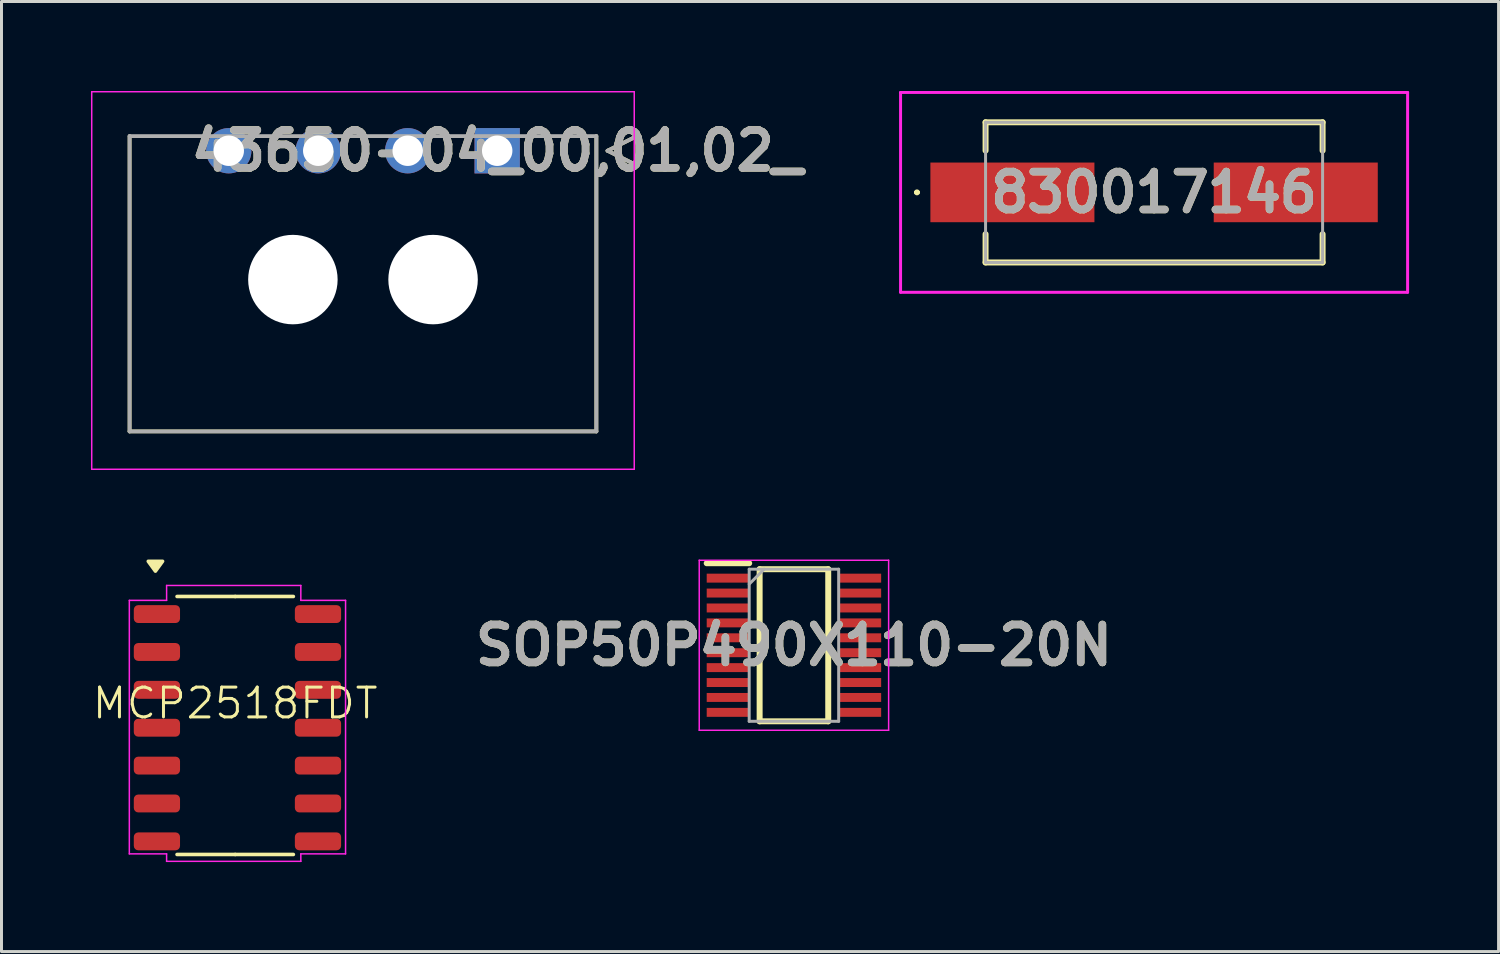
<source format=kicad_pcb>
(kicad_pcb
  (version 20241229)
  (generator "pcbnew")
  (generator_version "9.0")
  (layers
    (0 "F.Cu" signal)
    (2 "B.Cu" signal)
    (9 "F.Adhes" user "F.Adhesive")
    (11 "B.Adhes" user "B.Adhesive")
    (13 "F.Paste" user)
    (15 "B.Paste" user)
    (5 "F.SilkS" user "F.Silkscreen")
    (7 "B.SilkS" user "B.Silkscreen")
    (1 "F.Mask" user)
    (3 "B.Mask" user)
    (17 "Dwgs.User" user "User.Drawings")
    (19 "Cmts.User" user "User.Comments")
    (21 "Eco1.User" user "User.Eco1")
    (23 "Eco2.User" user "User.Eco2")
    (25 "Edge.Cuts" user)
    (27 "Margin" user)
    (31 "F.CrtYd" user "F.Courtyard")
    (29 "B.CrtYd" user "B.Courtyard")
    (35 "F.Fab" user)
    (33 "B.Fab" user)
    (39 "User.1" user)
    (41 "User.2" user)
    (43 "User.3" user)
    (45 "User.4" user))
  (footprint "SOP50P490X110-20N"
    (layer "F.Cu")
    (at 23.569 18.584)
    (property "Reference" "SOP50P490X110-20N" (at 0 0 0) (layer "F.SilkS") (effects (font (size 1.27 1.27) (thickness 0.254))))
    (attr smd)
    (fp_line (start -2.925 -2.75) (end -1.5 -2.75) (stroke (width 0.2) (type solid)) (layer "F.SilkS"))
    (fp_line (start -1.15 -2.55) (end 1.15 -2.55) (stroke (width 0.2) (type solid)) (layer "F.SilkS"))
    (fp_line (start -1.15 2.55) (end -1.15 -2.55) (stroke (width 0.2) (type solid)) (layer "F.SilkS"))
    (fp_line (start 1.15 -2.55) (end 1.15 2.55) (stroke (width 0.2) (type solid)) (layer "F.SilkS"))
    (fp_line (start 1.15 2.55) (end -1.15 2.55) (stroke (width 0.2) (type solid)) (layer "F.SilkS"))
    (fp_line (start -3.175 -2.85) (end 3.175 -2.85) (stroke (width 0.05) (type solid)) (layer "F.CrtYd"))
    (fp_line (start -3.175 2.85) (end -3.175 -2.85) (stroke (width 0.05) (type solid)) (layer "F.CrtYd"))
    (fp_line (start 3.175 -2.85) (end 3.175 2.85) (stroke (width 0.05) (type solid)) (layer "F.CrtYd"))
    (fp_line (start 3.175 2.85) (end -3.175 2.85) (stroke (width 0.05) (type solid)) (layer "F.CrtYd"))
    (fp_line (start -1.5 -2.55) (end 1.5 -2.55) (stroke (width 0.1) (type solid)) (layer "F.Fab"))
    (fp_line (start -1.5 -2.05) (end -1 -2.55) (stroke (width 0.1) (type solid)) (layer "F.Fab"))
    (fp_line (start -1.5 2.55) (end -1.5 -2.55) (stroke (width 0.1) (type solid)) (layer "F.Fab"))
    (fp_line (start 1.5 -2.55) (end 1.5 2.55) (stroke (width 0.1) (type solid)) (layer "F.Fab"))
    (fp_line (start 1.5 2.55) (end -1.5 2.55) (stroke (width 0.1) (type solid)) (layer "F.Fab"))
    (fp_text user "${REFERENCE}" (at 0 0 0) (layer "F.Fab") (effects (font (size 1.27 1.27) (thickness 0.254))))
    (pad "1" smd rect (at -2.212 -2.25 90) (size 0.3 1.425) (layers "F.Cu" "F.Mask" "F.Paste"))
    (pad "2" smd rect (at -2.212 -1.75 90) (size 0.3 1.425) (layers "F.Cu" "F.Mask" "F.Paste"))
    (pad "3" smd rect (at -2.212 -1.25 90) (size 0.3 1.425) (layers "F.Cu" "F.Mask" "F.Paste"))
    (pad "4" smd rect (at -2.212 -0.75 90) (size 0.3 1.425) (layers "F.Cu" "F.Mask" "F.Paste"))
    (pad "5" smd rect (at -2.212 -0.25 90) (size 0.3 1.425) (layers "F.Cu" "F.Mask" "F.Paste"))
    (pad "6" smd rect (at -2.212 0.25 90) (size 0.3 1.425) (layers "F.Cu" "F.Mask" "F.Paste"))
    (pad "7" smd rect (at -2.212 0.75 90) (size 0.3 1.425) (layers "F.Cu" "F.Mask" "F.Paste"))
    (pad "8" smd rect (at -2.212 1.25 90) (size 0.3 1.425) (layers "F.Cu" "F.Mask" "F.Paste"))
    (pad "9" smd rect (at -2.212 1.75 90) (size 0.3 1.425) (layers "F.Cu" "F.Mask" "F.Paste"))
    (pad "10" smd rect (at -2.212 2.25 90) (size 0.3 1.425) (layers "F.Cu" "F.Mask" "F.Paste"))
    (pad "11" smd rect (at 2.212 2.25 90) (size 0.3 1.425) (layers "F.Cu" "F.Mask" "F.Paste"))
    (pad "12" smd rect (at 2.212 1.75 90) (size 0.3 1.425) (layers "F.Cu" "F.Mask" "F.Paste"))
    (pad "13" smd rect (at 2.212 1.25 90) (size 0.3 1.425) (layers "F.Cu" "F.Mask" "F.Paste"))
    (pad "14" smd rect (at 2.212 0.75 90) (size 0.3 1.425) (layers "F.Cu" "F.Mask" "F.Paste"))
    (pad "15" smd rect (at 2.212 0.25 90) (size 0.3 1.425) (layers "F.Cu" "F.Mask" "F.Paste"))
    (pad "16" smd rect (at 2.212 -0.25 90) (size 0.3 1.425) (layers "F.Cu" "F.Mask" "F.Paste"))
    (pad "17" smd rect (at 2.212 -0.75 90) (size 0.3 1.425) (layers "F.Cu" "F.Mask" "F.Paste"))
    (pad "18" smd rect (at 2.212 -1.25 90) (size 0.3 1.425) (layers "F.Cu" "F.Mask" "F.Paste"))
    (pad "19" smd rect (at 2.212 -1.75 90) (size 0.3 1.425) (layers "F.Cu" "F.Mask" "F.Paste"))
    (pad "20" smd rect (at 2.212 -2.25 90) (size 0.3 1.425) (layers "F.Cu" "F.Mask" "F.Paste")))
  (footprint "MCP2518FDT"
    (layer "F.Cu")
    (at 4.786 21.329)
    (property "Reference" "MCP2518FDT" (at 0.05 -0.8 0) (unlocked yes) (layer "F.SilkS") (effects (font (size 1 1) (thickness 0.1))))
    (attr smd)
    (fp_line (start 0.05 -4.38) (end -1.9 -4.38) (stroke (width 0.12) (type solid)) (layer "F.SilkS"))
    (fp_line (start 0.05 -4.38) (end 2 -4.38) (stroke (width 0.12) (type solid)) (layer "F.SilkS"))
    (fp_line (start 0.05 4.27) (end -1.9 4.27) (stroke (width 0.12) (type solid)) (layer "F.SilkS"))
    (fp_line (start 0.05 4.27) (end 2 4.27) (stroke (width 0.12) (type solid)) (layer "F.SilkS"))
    (fp_poly (pts (xy -2.625 -5.23) (xy -2.865 -5.56) (xy -2.385 -5.56)) (stroke (width 0.12) (type solid)) (fill yes) (layer "F.SilkS"))
    (fp_line (start -3.5 -4.25) (end -2.25 -4.25) (stroke (width 0.05) (type default)) (layer "F.CrtYd"))
    (fp_line (start -3.5 4.25) (end -3.5 -4.25) (stroke (width 0.05) (type default)) (layer "F.CrtYd"))
    (fp_line (start -2.25 -4.75) (end 2.25 -4.75) (stroke (width 0.05) (type default)) (layer "F.CrtYd"))
    (fp_line (start -2.25 -4.25) (end -2.25 -4.75) (stroke (width 0.05) (type default)) (layer "F.CrtYd"))
    (fp_line (start -2.25 4.25) (end -3.5 4.25) (stroke (width 0.05) (type default)) (layer "F.CrtYd"))
    (fp_line (start -2.25 4.5) (end -2.25 4.25) (stroke (width 0.05) (type default)) (layer "F.CrtYd"))
    (fp_line (start 2.25 -4.75) (end 2.25 -4.25) (stroke (width 0.05) (type default)) (layer "F.CrtYd"))
    (fp_line (start 2.25 -4.25) (end 3.75 -4.25) (stroke (width 0.05) (type default)) (layer "F.CrtYd"))
    (fp_line (start 2.25 4.25) (end 2.25 4.5) (stroke (width 0.05) (type default)) (layer "F.CrtYd"))
    (fp_line (start 2.25 4.5) (end -2.25 4.5) (stroke (width 0.05) (type default)) (layer "F.CrtYd"))
    (fp_line (start 3.75 -4.25) (end 3.75 4.25) (stroke (width 0.05) (type default)) (layer "F.CrtYd"))
    (fp_line (start 3.75 4.25) (end 2.25 4.25) (stroke (width 0.05) (type default)) (layer "F.CrtYd"))
    (pad "1" smd roundrect (at -2.575 -3.79) (size 1.55 0.6) (layers "F.Cu" "F.Mask" "F.Paste") (roundrect_rratio 0.25))
    (pad "2" smd roundrect (at -2.575 -2.52) (size 1.55 0.6) (layers "F.Cu" "F.Mask" "F.Paste") (roundrect_rratio 0.25))
    (pad "3" smd roundrect (at -2.575 -1.25) (size 1.55 0.6) (layers "F.Cu" "F.Mask" "F.Paste") (roundrect_rratio 0.25))
    (pad "4" smd roundrect (at -2.575 0.02) (size 1.55 0.6) (layers "F.Cu" "F.Mask" "F.Paste") (roundrect_rratio 0.25))
    (pad "5" smd roundrect (at -2.575 1.29) (size 1.55 0.6) (layers "F.Cu" "F.Mask" "F.Paste") (roundrect_rratio 0.25))
    (pad "6" smd roundrect (at -2.575 2.56) (size 1.55 0.6) (layers "F.Cu" "F.Mask" "F.Paste") (roundrect_rratio 0.25))
    (pad "7" smd roundrect (at -2.575 3.83) (size 1.55 0.6) (layers "F.Cu" "F.Mask" "F.Paste") (roundrect_rratio 0.25))
    (pad "8" smd roundrect (at 2.825 3.83) (size 1.55 0.6) (layers "F.Cu" "F.Mask" "F.Paste") (roundrect_rratio 0.25))
    (pad "9" smd roundrect (at 2.825 2.56) (size 1.55 0.6) (layers "F.Cu" "F.Mask" "F.Paste") (roundrect_rratio 0.25))
    (pad "10" smd roundrect (at 2.825 1.29) (size 1.55 0.6) (layers "F.Cu" "F.Mask" "F.Paste") (roundrect_rratio 0.25))
    (pad "11" smd roundrect (at 2.825 0.02) (size 1.55 0.6) (layers "F.Cu" "F.Mask" "F.Paste") (roundrect_rratio 0.25))
    (pad "12" smd roundrect (at 2.825 -1.25) (size 1.55 0.6) (layers "F.Cu" "F.Mask" "F.Paste") (roundrect_rratio 0.25))
    (pad "13" smd roundrect (at 2.825 -2.52) (size 1.55 0.6) (layers "F.Cu" "F.Mask" "F.Paste") (roundrect_rratio 0.25))
    (pad "14" smd roundrect (at 2.825 -3.79) (size 1.55 0.6) (layers "F.Cu" "F.Mask" "F.Paste") (roundrect_rratio 0.25)))
  (footprint "43650-04_00,01,02_"
    (layer "F.Cu")
    (at 13.62 2.004)
    (property "Reference" "43650-04_00,01,02_" (at 0 0 0) (layer "F.SilkS") (effects (font (size 1.27 1.27) (thickness 0.254))))
    (attr through_hole)
    (fp_line (start -12.325 9.41) (end -12.325 -0.49) (stroke (width 0.127) (type solid)) (layer "F.SilkS"))
    (fp_line (start 3.325 -0.49) (end 3.325 9.41) (stroke (width 0.127) (type solid)) (layer "F.SilkS"))
    (fp_line (start 3.325 9.41) (end -12.325 9.41) (stroke (width 0.127) (type solid)) (layer "F.SilkS"))
    (fp_line (start 3.7 0) (end 4.7 -0.5) (stroke (width 0.127) (type solid)) (layer "F.SilkS"))
    (fp_line (start 4.7 -0.5) (end 4.7 0.5) (stroke (width 0.127) (type solid)) (layer "F.SilkS"))
    (fp_line (start 4.7 0.5) (end 3.7 0) (stroke (width 0.127) (type solid)) (layer "F.SilkS"))
    (fp_line (start -13.595 -1.979) (end 4.595 -1.979) (stroke (width 0.05) (type solid)) (layer "F.CrtYd"))
    (fp_line (start -13.595 10.68) (end -13.595 -1.979) (stroke (width 0.05) (type solid)) (layer "F.CrtYd"))
    (fp_line (start 4.595 -1.979) (end 4.595 10.68) (stroke (width 0.05) (type solid)) (layer "F.CrtYd"))
    (fp_line (start 4.595 10.68) (end -13.595 10.68) (stroke (width 0.05) (type solid)) (layer "F.CrtYd"))
    (fp_line (start -12.325 -0.49) (end 3.325 -0.49) (stroke (width 0.127) (type solid)) (layer "F.Fab"))
    (fp_line (start -12.325 9.41) (end -12.325 -0.49) (stroke (width 0.127) (type solid)) (layer "F.Fab"))
    (fp_line (start 3.325 -0.49) (end 3.325 9.41) (stroke (width 0.127) (type solid)) (layer "F.Fab"))
    (fp_line (start 3.325 9.41) (end -12.325 9.41) (stroke (width 0.127) (type solid)) (layer "F.Fab"))
    (fp_line (start 3.7 0) (end 4.7 -0.5) (stroke (width 0.127) (type solid)) (layer "F.Fab"))
    (fp_line (start 4.7 -0.5) (end 4.7 0.5) (stroke (width 0.127) (type solid)) (layer "F.Fab"))
    (fp_line (start 4.7 0.5) (end 3.7 0) (stroke (width 0.127) (type solid)) (layer "F.Fab"))
    (fp_text user "${REFERENCE}" (at 0 0 0) (layer "F.Fab") (effects (font (size 1.27 1.27) (thickness 0.254))))
    (pad "" np_thru_hole circle (at -6.85 4.32) (size 3 3) (drill 3) (layers "*.Cu" "*.Mask"))
    (pad "" np_thru_hole circle (at -2.15 4.32) (size 3 3) (drill 3) (layers "*.Cu" "*.Mask"))
    (pad "1" thru_hole rect (at 0 0) (size 1.52 1.52) (drill 1.02) (layers "*.Cu" "*.Mask"))
    (pad "2" thru_hole circle (at -3 0) (size 1.52 1.52) (drill 1.02) (layers "*.Cu" "*.Mask"))
    (pad "3" thru_hole circle (at -6 0) (size 1.52 1.52) (drill 1.02) (layers "*.Cu" "*.Mask"))
    (pad "4" thru_hole circle (at -9 0) (size 1.52 1.52) (drill 1.02) (layers "*.Cu" "*.Mask")))
  (footprint "830017146"
    (layer "F.Cu")
    (at 35.644 3.4)
    (property "Reference" "830017146" (at 0 0 0) (layer "F.SilkS") (effects (font (size 1.27 1.27) (thickness 0.254))))
    (attr smd)
    (fp_line (start -8 0) (end -8 0) (stroke (width 0.1) (type solid)) (layer "F.SilkS"))
    (fp_line (start -7.9 0) (end -7.9 0) (stroke (width 0.1) (type solid)) (layer "F.SilkS"))
    (fp_line (start -5.65 -2.35) (end 5.65 -2.35) (stroke (width 0.2) (type solid)) (layer "F.SilkS"))
    (fp_line (start -5.65 -1.4) (end -5.65 -2.35) (stroke (width 0.2) (type solid)) (layer "F.SilkS"))
    (fp_line (start -5.65 1.4) (end -5.65 2.35) (stroke (width 0.2) (type solid)) (layer "F.SilkS"))
    (fp_line (start -5.65 2.35) (end 5.65 2.35) (stroke (width 0.2) (type solid)) (layer "F.SilkS"))
    (fp_line (start 5.65 -2.35) (end 5.65 -1.4) (stroke (width 0.2) (type solid)) (layer "F.SilkS"))
    (fp_line (start 5.65 2.35) (end 5.65 1.4) (stroke (width 0.2) (type solid)) (layer "F.SilkS"))
    (fp_arc (start -8 0) (mid -7.95 -0.05) (end -7.9 0) (stroke (width 0.1) (type solid)) (layer "F.SilkS"))
    (fp_arc (start -7.9 0) (mid -7.95 0.05) (end -8 0) (stroke (width 0.1) (type solid)) (layer "F.SilkS"))
    (fp_line (start -8.5 -3.35) (end 8.5 -3.35) (stroke (width 0.1) (type solid)) (layer "F.CrtYd"))
    (fp_line (start -8.5 3.35) (end -8.5 -3.35) (stroke (width 0.1) (type solid)) (layer "F.CrtYd"))
    (fp_line (start 8.5 -3.35) (end 8.5 3.35) (stroke (width 0.1) (type solid)) (layer "F.CrtYd"))
    (fp_line (start 8.5 3.35) (end -8.5 3.35) (stroke (width 0.1) (type solid)) (layer "F.CrtYd"))
    (fp_line (start -5.65 -2.35) (end -5.65 2.35) (stroke (width 0.1) (type solid)) (layer "F.Fab"))
    (fp_line (start -5.65 2.35) (end 5.65 2.35) (stroke (width 0.1) (type solid)) (layer "F.Fab"))
    (fp_line (start 5.65 -2.35) (end -5.65 -2.35) (stroke (width 0.1) (type solid)) (layer "F.Fab"))
    (fp_line (start 5.65 2.35) (end 5.65 -2.35) (stroke (width 0.1) (type solid)) (layer "F.Fab"))
    (fp_text user "${REFERENCE}" (at 0 0 0) (layer "F.Fab") (effects (font (size 1.27 1.27) (thickness 0.254))))
    (pad "1" smd rect (at -4.75 0 90) (size 2 5.5) (layers "F.Cu" "F.Mask" "F.Paste"))
    (pad "2" smd rect (at 4.75 0 90) (size 2 5.5) (layers "F.Cu" "F.Mask" "F.Paste")))
  (gr_rect
    (start -3 -3)
    (end 47.194 28.854)
    (stroke (width 0.1) (type default))
    (fill no)
    (layer "Edge.Cuts")))
</source>
